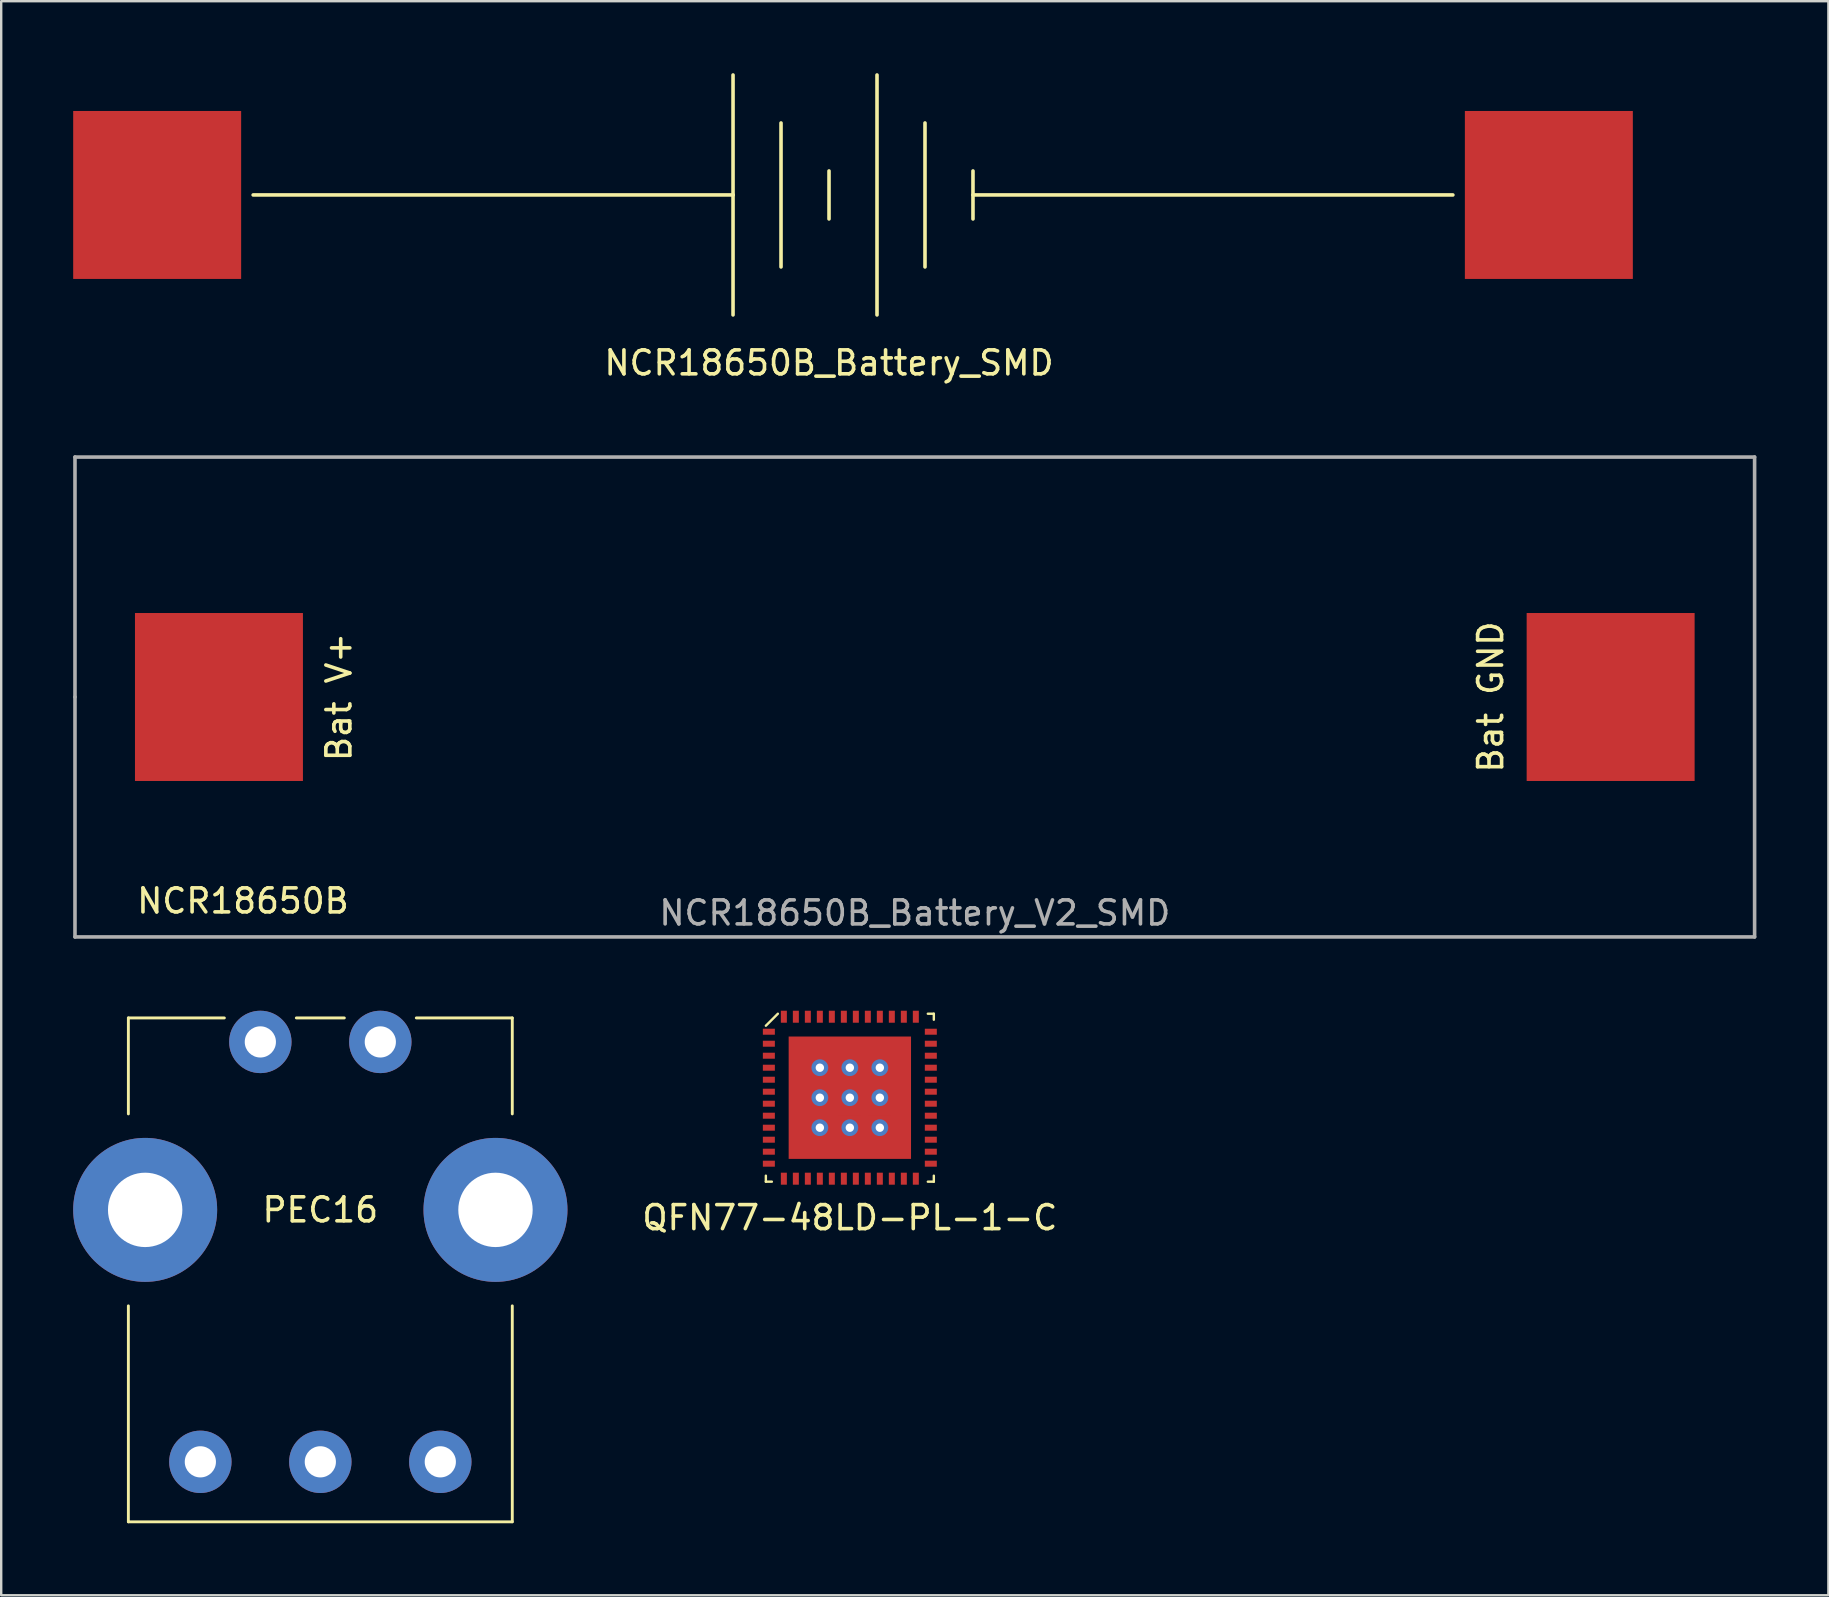
<source format=kicad_pcb>
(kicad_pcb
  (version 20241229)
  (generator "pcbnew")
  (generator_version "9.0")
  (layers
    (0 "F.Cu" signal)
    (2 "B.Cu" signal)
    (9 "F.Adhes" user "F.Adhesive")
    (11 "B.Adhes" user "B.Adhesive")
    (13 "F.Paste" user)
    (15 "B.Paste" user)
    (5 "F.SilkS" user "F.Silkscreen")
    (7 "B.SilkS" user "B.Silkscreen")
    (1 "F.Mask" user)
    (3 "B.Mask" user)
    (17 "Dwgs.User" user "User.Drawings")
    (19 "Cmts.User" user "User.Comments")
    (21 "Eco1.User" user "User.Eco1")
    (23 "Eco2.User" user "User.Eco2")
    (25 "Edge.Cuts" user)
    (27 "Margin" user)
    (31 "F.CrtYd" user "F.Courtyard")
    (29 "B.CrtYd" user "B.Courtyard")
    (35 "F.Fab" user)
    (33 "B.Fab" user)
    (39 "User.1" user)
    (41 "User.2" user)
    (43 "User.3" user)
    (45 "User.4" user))
  (footprint "NCR18650B_Battery_SMD"
    (layer "F.Cu")
    (at 32.5 5.075)
    (property "Reference" "NCR18650B_Battery_SMD" (at -1 7 0) (layer "F.SilkS") (effects (font (size 1 1) (thickness 0.15))))
    (attr through_hole)
    (fp_line (start -25 0) (end -5 0) (stroke (width 0.15) (type solid)) (layer "F.SilkS"))
    (fp_line (start -5 0) (end -5 -5) (stroke (width 0.15) (type solid)) (layer "F.SilkS"))
    (fp_line (start -5 0) (end -5 5) (stroke (width 0.15) (type solid)) (layer "F.SilkS"))
    (fp_line (start -3 -3) (end -3 3) (stroke (width 0.15) (type solid)) (layer "F.SilkS"))
    (fp_line (start -1 -1) (end -1 1) (stroke (width 0.15) (type solid)) (layer "F.SilkS"))
    (fp_line (start 1 -5) (end 1 5) (stroke (width 0.15) (type solid)) (layer "F.SilkS"))
    (fp_line (start 3 -3) (end 3 3) (stroke (width 0.15) (type solid)) (layer "F.SilkS"))
    (fp_line (start 5 -1) (end 5 1) (stroke (width 0.15) (type solid)) (layer "F.SilkS"))
    (fp_line (start 5 0) (end 25 0) (stroke (width 0.15) (type solid)) (layer "F.SilkS"))
    (pad "1" smd rect (at -29 0) (size 7 7) (layers "F.Cu" "F.Mask" "F.Paste"))
    (pad "2" smd rect (at 29 0) (size 7 7) (layers "F.Cu" "F.Mask" "F.Paste")))
  (footprint "QFN77-48LD-PL-1-C"
    (layer "F.Cu")
    (at 32.368 42.698)
    (property "Reference" "QFN77-48LD-PL-1-C" (at 0 5 0) (layer "F.SilkS") (effects (font (size 1 1) (thickness 0.15))))
    (attr smd)
    (fp_line (start -3.5 -3) (end -3 -3.5) (stroke (width 0.1) (type solid)) (layer "F.SilkS"))
    (fp_line (start -3.5 3.25) (end -3.5 3.5) (stroke (width 0.1) (type solid)) (layer "F.SilkS"))
    (fp_line (start -3.5 3.5) (end -3.25 3.5) (stroke (width 0.1) (type solid)) (layer "F.SilkS"))
    (fp_line (start 3.25 -3.5) (end 3.5 -3.5) (stroke (width 0.1) (type solid)) (layer "F.SilkS"))
    (fp_line (start 3.25 3.5) (end 3.5 3.5) (stroke (width 0.1) (type solid)) (layer "F.SilkS"))
    (fp_line (start 3.5 -3.5) (end 3.5 -3.25) (stroke (width 0.1) (type solid)) (layer "F.SilkS"))
    (fp_line (start 3.5 3.5) (end 3.5 3.25) (stroke (width 0.1) (type solid)) (layer "F.SilkS"))
    (pad "1" smd rect (at -3.375 -2.75) (size 0.5 0.25) (layers "F.Cu" "F.Mask" "F.Paste"))
    (pad "2" smd rect (at -3.375 -2.25) (size 0.5 0.25) (layers "F.Cu" "F.Mask" "F.Paste"))
    (pad "3" smd rect (at -3.375 -1.75) (size 0.5 0.25) (layers "F.Cu" "F.Mask" "F.Paste"))
    (pad "4" smd rect (at -3.375 -1.25) (size 0.5 0.25) (layers "F.Cu" "F.Mask" "F.Paste"))
    (pad "5" smd rect (at -3.375 -0.75) (size 0.5 0.25) (layers "F.Cu" "F.Mask" "F.Paste"))
    (pad "6" smd rect (at -3.375 -0.25) (size 0.5 0.25) (layers "F.Cu" "F.Mask" "F.Paste"))
    (pad "7" smd rect (at -3.375 0.25) (size 0.5 0.25) (layers "F.Cu" "F.Mask" "F.Paste"))
    (pad "8" smd rect (at -3.375 0.75) (size 0.5 0.25) (layers "F.Cu" "F.Mask" "F.Paste"))
    (pad "9" smd rect (at -3.375 1.25) (size 0.5 0.25) (layers "F.Cu" "F.Mask" "F.Paste"))
    (pad "10" smd rect (at -3.375 1.75) (size 0.5 0.25) (layers "F.Cu" "F.Mask" "F.Paste"))
    (pad "11" smd rect (at -3.375 2.25) (size 0.5 0.25) (layers "F.Cu" "F.Mask" "F.Paste"))
    (pad "12" smd rect (at -3.375 2.75) (size 0.5 0.25) (layers "F.Cu" "F.Mask" "F.Paste"))
    (pad "13" smd rect (at -2.75 3.375 90) (size 0.5 0.25) (layers "F.Cu" "F.Mask" "F.Paste"))
    (pad "14" smd rect (at -2.25 3.375 90) (size 0.5 0.25) (layers "F.Cu" "F.Mask" "F.Paste"))
    (pad "15" smd rect (at -1.75 3.375 90) (size 0.5 0.25) (layers "F.Cu" "F.Mask" "F.Paste"))
    (pad "16" smd rect (at -1.25 3.375 90) (size 0.5 0.25) (layers "F.Cu" "F.Mask" "F.Paste"))
    (pad "17" smd rect (at -0.75 3.375 90) (size 0.5 0.25) (layers "F.Cu" "F.Mask" "F.Paste"))
    (pad "18" smd rect (at -0.25 3.375 90) (size 0.5 0.25) (layers "F.Cu" "F.Mask" "F.Paste"))
    (pad "19" smd rect (at 0.25 3.375 90) (size 0.5 0.25) (layers "F.Cu" "F.Mask" "F.Paste"))
    (pad "20" smd rect (at 0.75 3.375 90) (size 0.5 0.25) (layers "F.Cu" "F.Mask" "F.Paste"))
    (pad "21" smd rect (at 1.25 3.375 90) (size 0.5 0.25) (layers "F.Cu" "F.Mask" "F.Paste"))
    (pad "22" smd rect (at 1.75 3.375 90) (size 0.5 0.25) (layers "F.Cu" "F.Mask" "F.Paste"))
    (pad "23" smd rect (at 2.25 3.375 90) (size 0.5 0.25) (layers "F.Cu" "F.Mask" "F.Paste"))
    (pad "24" smd rect (at 2.75 3.375 90) (size 0.5 0.25) (layers "F.Cu" "F.Mask" "F.Paste"))
    (pad "25" smd rect (at 3.375 2.75 180) (size 0.5 0.25) (layers "F.Cu" "F.Mask" "F.Paste"))
    (pad "26" smd rect (at 3.375 2.25 180) (size 0.5 0.25) (layers "F.Cu" "F.Mask" "F.Paste"))
    (pad "27" smd rect (at 3.375 1.75 180) (size 0.5 0.25) (layers "F.Cu" "F.Mask" "F.Paste"))
    (pad "28" smd rect (at 3.375 1.25 180) (size 0.5 0.25) (layers "F.Cu" "F.Mask" "F.Paste"))
    (pad "29" smd rect (at 3.375 0.75 180) (size 0.5 0.25) (layers "F.Cu" "F.Mask" "F.Paste"))
    (pad "30" smd rect (at 3.375 0.25 180) (size 0.5 0.25) (layers "F.Cu" "F.Mask" "F.Paste"))
    (pad "31" smd rect (at 3.375 -0.25 180) (size 0.5 0.25) (layers "F.Cu" "F.Mask" "F.Paste"))
    (pad "32" smd rect (at 3.375 -0.75 180) (size 0.5 0.25) (layers "F.Cu" "F.Mask" "F.Paste"))
    (pad "33" smd rect (at 3.375 -1.25 180) (size 0.5 0.25) (layers "F.Cu" "F.Mask" "F.Paste"))
    (pad "34" smd rect (at 3.375 -1.75 180) (size 0.5 0.25) (layers "F.Cu" "F.Mask" "F.Paste"))
    (pad "35" smd rect (at 3.375 -2.25 180) (size 0.5 0.25) (layers "F.Cu" "F.Mask" "F.Paste"))
    (pad "36" smd rect (at 3.375 -2.75 180) (size 0.5 0.25) (layers "F.Cu" "F.Mask" "F.Paste"))
    (pad "37" smd rect (at 2.75 -3.375 270) (size 0.5 0.25) (layers "F.Cu" "F.Mask" "F.Paste"))
    (pad "38" smd rect (at 2.25 -3.375 270) (size 0.5 0.25) (layers "F.Cu" "F.Mask" "F.Paste"))
    (pad "39" smd rect (at 1.75 -3.375 270) (size 0.5 0.25) (layers "F.Cu" "F.Mask" "F.Paste"))
    (pad "40" smd rect (at 1.25 -3.375 270) (size 0.5 0.25) (layers "F.Cu" "F.Mask" "F.Paste"))
    (pad "41" smd rect (at 0.75 -3.375 270) (size 0.5 0.25) (layers "F.Cu" "F.Mask" "F.Paste"))
    (pad "42" smd rect (at 0.25 -3.375 270) (size 0.5 0.25) (layers "F.Cu" "F.Mask" "F.Paste"))
    (pad "43" smd rect (at -0.25 -3.375 270) (size 0.5 0.25) (layers "F.Cu" "F.Mask" "F.Paste"))
    (pad "44" smd rect (at -0.75 -3.375 270) (size 0.5 0.25) (layers "F.Cu" "F.Mask" "F.Paste"))
    (pad "45" smd rect (at -1.25 -3.375 270) (size 0.5 0.25) (layers "F.Cu" "F.Mask" "F.Paste"))
    (pad "46" smd rect (at -1.75 -3.375 270) (size 0.5 0.25) (layers "F.Cu" "F.Mask" "F.Paste"))
    (pad "47" smd rect (at -2.25 -3.375 270) (size 0.5 0.25) (layers "F.Cu" "F.Mask" "F.Paste"))
    (pad "48" smd rect (at -2.75 -3.375 270) (size 0.5 0.25) (layers "F.Cu" "F.Mask" "F.Paste"))
    (pad "49" thru_hole circle (at -1.25 -1.25) (size 0.7 0.7) (drill 0.35) (layers "*.Cu" "B.Mask"))
    (pad "49" smd rect (at -1.25 -1.25) (size 1 1) (layers "F.Cu" "F.Paste"))
    (pad "49" thru_hole circle (at -1.25 0) (size 0.7 0.7) (drill 0.35) (layers "*.Cu" "B.Mask"))
    (pad "49" smd rect (at -1.25 0 90) (size 1 1) (layers "F.Cu" "F.Paste"))
    (pad "49" thru_hole circle (at -1.25 1.25) (size 0.7 0.7) (drill 0.35) (layers "*.Cu" "B.Mask"))
    (pad "49" smd rect (at -1.25 1.25) (size 1 1) (layers "F.Cu" "F.Paste"))
    (pad "49" thru_hole circle (at 0 -1.25) (size 0.7 0.7) (drill 0.35) (layers "*.Cu" "B.Mask"))
    (pad "49" smd rect (at 0 -1.25) (size 1 1) (layers "F.Cu" "F.Paste"))
    (pad "49" thru_hole circle (at 0 0) (size 0.7 0.7) (drill 0.35) (layers "*.Cu" "B.Mask"))
    (pad "49" smd rect (at 0 0) (size 1 1) (layers "F.Cu" "F.Paste"))
    (pad "49" smd rect (at 0 0) (size 5.1 5.1) (layers "F.Cu" "F.Mask"))
    (pad "49" thru_hole circle (at 0 1.25) (size 0.7 0.7) (drill 0.35) (layers "*.Cu" "B.Mask"))
    (pad "49" smd rect (at 0 1.25 180) (size 1 1) (layers "F.Cu" "F.Paste"))
    (pad "49" thru_hole circle (at 1.25 -1.25) (size 0.7 0.7) (drill 0.35) (layers "*.Cu" "B.Mask"))
    (pad "49" smd rect (at 1.25 -1.25) (size 1 1) (layers "F.Cu" "F.Paste"))
    (pad "49" thru_hole circle (at 1.25 0) (size 0.7 0.7) (drill 0.35) (layers "*.Cu" "B.Mask"))
    (pad "49" smd rect (at 1.25 0) (size 1 1) (layers "F.Cu" "F.Paste"))
    (pad "49" thru_hole circle (at 1.25 1.25) (size 0.7 0.7) (drill 0.35) (layers "*.Cu" "B.Mask"))
    (pad "49" smd rect (at 1.25 1.25) (size 1 1) (layers "F.Cu" "F.Paste")))
  (footprint "NCR18650B_Battery_V2_SMD"
    (layer "F.Cu")
    (at 35.075 25.998)
    (property "Reference" "NCR18650B_Battery_V2_SMD" (at 0 9 0) (layer "F.Fab") (effects (font (size 1 1) (thickness 0.15))))
    (attr through_hole)
    (fp_line (start -35 -10) (end 35 -10) (stroke (width 0.15) (type solid)) (layer "F.Fab"))
    (fp_line (start -35 0) (end -35 -10) (stroke (width 0.15) (type solid)) (layer "F.Fab"))
    (fp_line (start -35 10) (end -35 0) (stroke (width 0.15) (type solid)) (layer "F.Fab"))
    (fp_line (start 35 -10) (end 35 10) (stroke (width 0.15) (type solid)) (layer "F.Fab"))
    (fp_line (start 35 10) (end -35 10) (stroke (width 0.15) (type solid)) (layer "F.Fab"))
    (fp_text user "Bat V+" (at -24 0 90) (layer "F.SilkS") (effects (font (size 1 1) (thickness 0.15))))
    (fp_text user "NCR18650B" (at -28 8.5 0) (layer "F.SilkS") (effects (font (size 1 1) (thickness 0.15))))
    (fp_text user "Bat GND" (at 24 0 90) (layer "F.SilkS") (effects (font (size 1 1) (thickness 0.15))))
    (pad "1" smd rect (at -29 0) (size 7 7) (layers "F.Cu" "F.Mask" "F.Paste"))
    (pad "2" smd rect (at 29 0) (size 7 7) (layers "F.Cu" "F.Mask" "F.Paste")))
  (footprint "PEC16"
    (layer "F.Cu")
    (at 10.3 47.373)
    (property "Reference" "PEC16" (at 0 0 0) (layer "F.SilkS") (effects (font (size 1 1) (thickness 0.15))))
    (attr through_hole)
    (fp_line (start -8 -8) (end -8 -4) (stroke (width 0.12) (type solid)) (layer "F.SilkS"))
    (fp_line (start -8 -8) (end -4 -8) (stroke (width 0.12) (type solid)) (layer "F.SilkS"))
    (fp_line (start -8 13) (end -8 4) (stroke (width 0.12) (type solid)) (layer "F.SilkS"))
    (fp_line (start -1 -8) (end 1 -8) (stroke (width 0.12) (type solid)) (layer "F.SilkS"))
    (fp_line (start 4 -8) (end 8 -8) (stroke (width 0.12) (type solid)) (layer "F.SilkS"))
    (fp_line (start 8 -8) (end 8 -4) (stroke (width 0.12) (type solid)) (layer "F.SilkS"))
    (fp_line (start 8 4) (end 8 13) (stroke (width 0.12) (type solid)) (layer "F.SilkS"))
    (fp_line (start 8 13) (end -8 13) (stroke (width 0.12) (type solid)) (layer "F.SilkS"))
    (pad "1" thru_hole circle (at -5 10.5) (size 2.6 2.6) (drill 1.3) (layers "*.Cu" "*.Mask"))
    (pad "2" thru_hole circle (at 0 10.5) (size 2.6 2.6) (drill 1.3) (layers "*.Cu" "*.Mask"))
    (pad "3" thru_hole circle (at 5 10.5) (size 2.6 2.6) (drill 1.3) (layers "*.Cu" "*.Mask"))
    (pad "4" thru_hole circle (at -2.5 -7) (size 2.6 2.6) (drill 1.3) (layers "*.Cu" "*.Mask"))
    (pad "5" thru_hole circle (at 2.5 -7) (size 2.6 2.6) (drill 1.3) (layers "*.Cu" "*.Mask"))
    (pad "6" thru_hole circle (at -7.3 0) (size 6 6) (drill 3.1) (layers "*.Cu" "*.Mask"))
    (pad "7" thru_hole circle (at 7.3 0) (size 6 6) (drill 3.1) (layers "*.Cu" "*.Mask")))
  (gr_rect
    (start -3 -3)
    (end 73.15 63.433)
    (stroke (width 0.1) (type default))
    (fill no)
    (layer "Edge.Cuts")))
</source>
